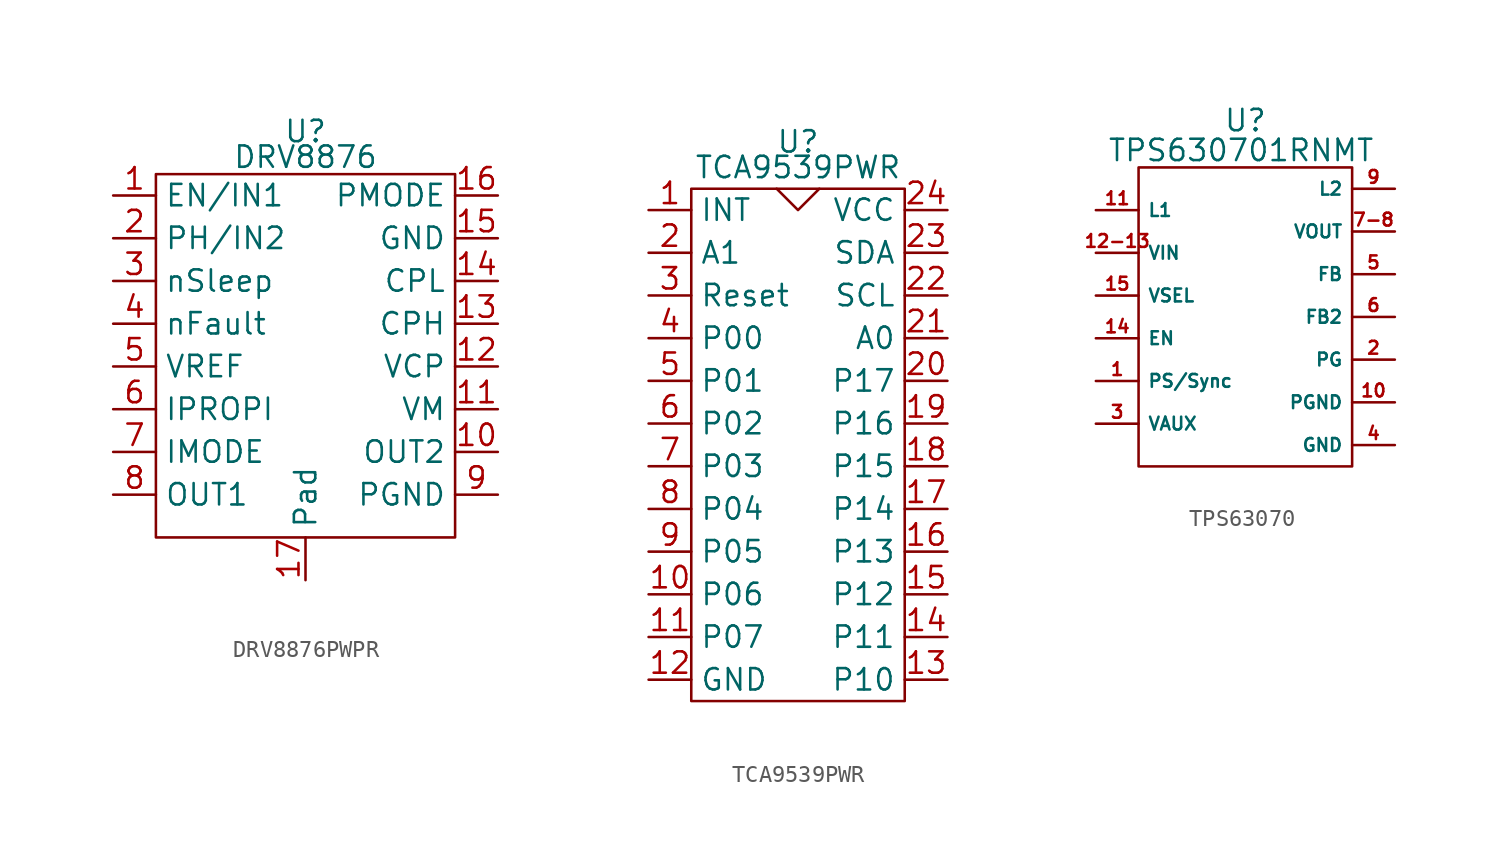
<source format=kicad_sym>
(kicad_symbol_lib
  (version 20241209)
  (generator "kicad_symbol_editor")
  (generator_version "9.0")
  (symbol "DRV8876PWPR"
    (property "Reference" "U"
      (at 0 3.81 0)
      (effects (font (size 1.27 1.27))))
    (property "Value" "DRV8876"
      (at 0 2.286 0)
      (effects (font (size 1.27 1.27))))
    (symbol "DRV8876PWPR_0_1"
      (rectangle (start -8.89 1.27) (end 8.89 -20.32) (stroke (width 0) (type default)) (fill (type none))))
    (symbol "DRV8876PWPR_1_1"
      (pin bidirectional line (at -11.43 0 0) (length 2.54) (name "EN/IN1" (effects (font (size 1.27 1.27)))) (number "1" (effects (font (size 1.27 1.27)))))
      (pin bidirectional line (at -11.43 -2.54 0) (length 2.54) (name "PH/IN2" (effects (font (size 1.27 1.27)))) (number "2" (effects (font (size 1.27 1.27)))))
      (pin bidirectional line (at -11.43 -5.08 0) (length 2.54) (name "nSleep" (effects (font (size 1.27 1.27)))) (number "3" (effects (font (size 1.27 1.27)))))
      (pin bidirectional line (at -11.43 -7.62 0) (length 2.54) (name "nFault" (effects (font (size 1.27 1.27)))) (number "4" (effects (font (size 1.27 1.27)))))
      (pin bidirectional line (at -11.43 -10.16 0) (length 2.54) (name "VREF" (effects (font (size 1.27 1.27)))) (number "5" (effects (font (size 1.27 1.27)))))
      (pin bidirectional line (at -11.43 -12.7 0) (length 2.54) (name "IPROPI" (effects (font (size 1.27 1.27)))) (number "6" (effects (font (size 1.27 1.27)))))
      (pin bidirectional line (at -11.43 -15.24 0) (length 2.54) (name "IMODE" (effects (font (size 1.27 1.27)))) (number "7" (effects (font (size 1.27 1.27)))))
      (pin bidirectional line (at -11.43 -17.78 0) (length 2.54) (name "OUT1" (effects (font (size 1.27 1.27)))) (number "8" (effects (font (size 1.27 1.27)))))
      (pin bidirectional line (at 0 -22.86 90) (length 2.54) (name "Pad" (effects (font (size 1.27 1.27)))) (number "17" (effects (font (size 1.27 1.27)))))
      (pin bidirectional line (at 11.43 0 180) (length 2.54) (name "PMODE" (effects (font (size 1.27 1.27)))) (number "16" (effects (font (size 1.27 1.27)))))
      (pin bidirectional line (at 11.43 -2.54 180) (length 2.54) (name "GND" (effects (font (size 1.27 1.27)))) (number "15" (effects (font (size 1.27 1.27)))))
      (pin bidirectional line (at 11.43 -5.08 180) (length 2.54) (name "CPL" (effects (font (size 1.27 1.27)))) (number "14" (effects (font (size 1.27 1.27)))))
      (pin bidirectional line (at 11.43 -7.62 180) (length 2.54) (name "CPH" (effects (font (size 1.27 1.27)))) (number "13" (effects (font (size 1.27 1.27)))))
      (pin bidirectional line (at 11.43 -10.16 180) (length 2.54) (name "VCP" (effects (font (size 1.27 1.27)))) (number "12" (effects (font (size 1.27 1.27)))))
      (pin bidirectional line (at 11.43 -12.7 180) (length 2.54) (name "VM" (effects (font (size 1.27 1.27)))) (number "11" (effects (font (size 1.27 1.27)))))
      (pin bidirectional line (at 11.43 -15.24 180) (length 2.54) (name "OUT2" (effects (font (size 1.27 1.27)))) (number "10" (effects (font (size 1.27 1.27)))))
      (pin bidirectional line (at 11.43 -17.78 180) (length 2.54) (name "PGND" (effects (font (size 1.27 1.27)))) (number "9" (effects (font (size 1.27 1.27)))))))
  (symbol "TCA9539PWR"
    (property "Reference" "U"
      (at 0 1.524 0)
      (effects (font (size 1.27 1.27))))
    (property "Value" "TCA9539PWR"
      (at 0 0 0)
      (effects (font (size 1.27 1.27))))
    (symbol "TCA9539PWR_0_1"
      (rectangle (start -6.35 -1.27) (end 6.35 -31.75) (stroke (width 0) (type default)) (fill (type none)))
      (polyline (pts (xy -1.27 -1.27) (xy 0 -2.54) (xy 1.27 -1.27)) (stroke (width 0) (type default)) (fill (type none))))
    (symbol "TCA9539PWR_1_1"
      (pin bidirectional line (at -8.89 -2.54 0) (length 2.54) (name "INT" (effects (font (size 1.27 1.27)))) (number "1" (effects (font (size 1.27 1.27)))))
      (pin bidirectional line (at -8.89 -5.08 0) (length 2.54) (name "A1" (effects (font (size 1.27 1.27)))) (number "2" (effects (font (size 1.27 1.27)))))
      (pin bidirectional line (at -8.89 -7.62 0) (length 2.54) (name "Reset" (effects (font (size 1.27 1.27)))) (number "3" (effects (font (size 1.27 1.27)))))
      (pin bidirectional line (at -8.89 -10.16 0) (length 2.54) (name "P00" (effects (font (size 1.27 1.27)))) (number "4" (effects (font (size 1.27 1.27)))))
      (pin bidirectional line (at -8.89 -12.7 0) (length 2.54) (name "P01" (effects (font (size 1.27 1.27)))) (number "5" (effects (font (size 1.27 1.27)))))
      (pin bidirectional line (at -8.89 -15.24 0) (length 2.54) (name "P02" (effects (font (size 1.27 1.27)))) (number "6" (effects (font (size 1.27 1.27)))))
      (pin bidirectional line (at -8.89 -17.78 0) (length 2.54) (name "P03" (effects (font (size 1.27 1.27)))) (number "7" (effects (font (size 1.27 1.27)))))
      (pin bidirectional line (at -8.89 -20.32 0) (length 2.54) (name "P04" (effects (font (size 1.27 1.27)))) (number "8" (effects (font (size 1.27 1.27)))))
      (pin bidirectional line (at -8.89 -22.86 0) (length 2.54) (name "P05" (effects (font (size 1.27 1.27)))) (number "9" (effects (font (size 1.27 1.27)))))
      (pin bidirectional line (at -8.89 -25.4 0) (length 2.54) (name "P06" (effects (font (size 1.27 1.27)))) (number "10" (effects (font (size 1.27 1.27)))))
      (pin bidirectional line (at -8.89 -27.94 0) (length 2.54) (name "P07" (effects (font (size 1.27 1.27)))) (number "11" (effects (font (size 1.27 1.27)))))
      (pin bidirectional line (at -8.89 -30.48 0) (length 2.54) (name "GND" (effects (font (size 1.27 1.27)))) (number "12" (effects (font (size 1.27 1.27)))))
      (pin bidirectional line (at 8.89 -2.54 180) (length 2.54) (name "VCC" (effects (font (size 1.27 1.27)))) (number "24" (effects (font (size 1.27 1.27)))))
      (pin bidirectional line (at 8.89 -5.08 180) (length 2.54) (name "SDA" (effects (font (size 1.27 1.27)))) (number "23" (effects (font (size 1.27 1.27)))))
      (pin bidirectional line (at 8.89 -7.62 180) (length 2.54) (name "SCL" (effects (font (size 1.27 1.27)))) (number "22" (effects (font (size 1.27 1.27)))))
      (pin bidirectional line (at 8.89 -10.16 180) (length 2.54) (name "A0" (effects (font (size 1.27 1.27)))) (number "21" (effects (font (size 1.27 1.27)))))
      (pin bidirectional line (at 8.89 -12.7 180) (length 2.54) (name "P17" (effects (font (size 1.27 1.27)))) (number "20" (effects (font (size 1.27 1.27)))))
      (pin bidirectional line (at 8.89 -15.24 180) (length 2.54) (name "P16" (effects (font (size 1.27 1.27)))) (number "19" (effects (font (size 1.27 1.27)))))
      (pin bidirectional line (at 8.89 -17.78 180) (length 2.54) (name "P15" (effects (font (size 1.27 1.27)))) (number "18" (effects (font (size 1.27 1.27)))))
      (pin bidirectional line (at 8.89 -20.32 180) (length 2.54) (name "P14" (effects (font (size 1.27 1.27)))) (number "17" (effects (font (size 1.27 1.27)))))
      (pin bidirectional line (at 8.89 -22.86 180) (length 2.54) (name "P13" (effects (font (size 1.27 1.27)))) (number "16" (effects (font (size 1.27 1.27)))))
      (pin bidirectional line (at 8.89 -25.4 180) (length 2.54) (name "P12" (effects (font (size 1.27 1.27)))) (number "15" (effects (font (size 1.27 1.27)))))
      (pin bidirectional line (at 8.89 -27.94 180) (length 2.54) (name "P11" (effects (font (size 1.27 1.27)))) (number "14" (effects (font (size 1.27 1.27)))))
      (pin bidirectional line (at 8.89 -30.48 180) (length 2.54) (name "P10" (effects (font (size 1.27 1.27)))) (number "13" (effects (font (size 1.27 1.27)))))))
  (symbol "TPS63070"
    (property "Reference" "U"
      (at 0 -1.016 0)
      (effects (font (size 1.27 1.27))))
    (property "Value" "TPS630701RNMT"
      (at -0.254 -2.794 0)
      (effects (font (size 1.27 1.27))))
    (symbol "TPS63070_0_1"
      (rectangle (start -6.35 -3.81) (end 6.35 -21.59) (stroke (width 0) (type default)) (fill (type none))))
    (symbol "TPS63070_1_1"
      (pin bidirectional line (at -8.89 -6.35 0) (length 2.54) (name "L1" (effects (font (size 0.762 0.762)))) (number "11" (effects (font (size 0.762 0.762)))))
      (pin bidirectional line (at -8.89 -8.89 0) (length 2.54) (name "VIN" (effects (font (size 0.762 0.762)))) (number "12-13" (effects (font (size 0.762 0.762)))))
      (pin bidirectional line (at -8.89 -11.43 0) (length 2.54) (name "VSEL" (effects (font (size 0.762 0.762)))) (number "15" (effects (font (size 0.762 0.762)))))
      (pin bidirectional line (at -8.89 -13.97 0) (length 2.54) (name "EN" (effects (font (size 0.762 0.762)))) (number "14" (effects (font (size 0.762 0.762)))))
      (pin bidirectional line (at -8.89 -16.51 0) (length 2.54) (name "PS/Sync" (effects (font (size 0.762 0.762)))) (number "1" (effects (font (size 0.762 0.762)))))
      (pin bidirectional line (at -8.89 -19.05 0) (length 2.54) (name "VAUX" (effects (font (size 0.762 0.762)))) (number "3" (effects (font (size 0.762 0.762)))))
      (pin bidirectional line (at 8.89 -5.08 180) (length 2.54) (name "L2" (effects (font (size 0.762 0.762)))) (number "9" (effects (font (size 0.762 0.762)))))
      (pin bidirectional line (at 8.89 -7.62 180) (length 2.54) (name "VOUT" (effects (font (size 0.762 0.762)))) (number "7-8" (effects (font (size 0.762 0.762)))))
      (pin bidirectional line (at 8.89 -10.16 180) (length 2.54) (name "FB" (effects (font (size 0.762 0.762)))) (number "5" (effects (font (size 0.762 0.762)))))
      (pin bidirectional line (at 8.89 -12.7 180) (length 2.54) (name "FB2" (effects (font (size 0.762 0.762)))) (number "6" (effects (font (size 0.762 0.762)))))
      (pin bidirectional line (at 8.89 -15.24 180) (length 2.54) (name "PG" (effects (font (size 0.762 0.762)))) (number "2" (effects (font (size 0.762 0.762)))))
      (pin bidirectional line (at 8.89 -17.78 180) (length 2.54) (name "PGND" (effects (font (size 0.762 0.762)))) (number "10" (effects (font (size 0.762 0.762)))))
      (pin bidirectional line (at 8.89 -20.32 180) (length 2.54) (name "GND" (effects (font (size 0.762 0.762)))) (number "4" (effects (font (size 0.762 0.762))))))))
</source>
